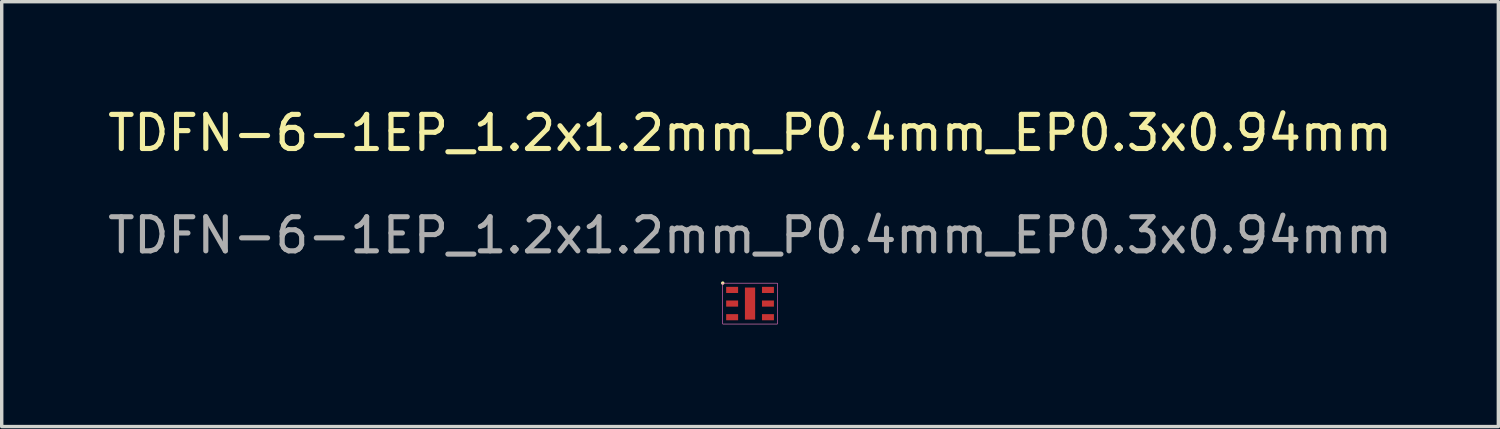
<source format=kicad_pcb>
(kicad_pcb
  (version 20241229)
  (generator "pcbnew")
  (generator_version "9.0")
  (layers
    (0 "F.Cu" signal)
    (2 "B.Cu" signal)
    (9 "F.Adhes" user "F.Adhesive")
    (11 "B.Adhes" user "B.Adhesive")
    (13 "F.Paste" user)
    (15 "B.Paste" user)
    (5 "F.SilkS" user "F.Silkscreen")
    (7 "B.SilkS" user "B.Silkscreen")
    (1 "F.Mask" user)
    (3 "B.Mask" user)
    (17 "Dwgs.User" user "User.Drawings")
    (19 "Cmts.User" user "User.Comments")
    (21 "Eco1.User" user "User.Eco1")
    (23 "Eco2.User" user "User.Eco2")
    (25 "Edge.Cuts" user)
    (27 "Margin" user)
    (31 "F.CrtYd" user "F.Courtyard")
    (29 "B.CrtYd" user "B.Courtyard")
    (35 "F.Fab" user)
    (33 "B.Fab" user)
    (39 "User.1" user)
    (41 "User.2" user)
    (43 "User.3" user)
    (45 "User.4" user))
  (footprint "TDFN-6-1EP_1.2x1.2mm_P0.4mm_EP0.3x0.94mm"
    (layer "F.Cu")
    (at 18.935 5.848)
    (property "Reference" "TDFN-6-1EP_1.2x1.2mm_P0.4mm_EP0.3x0.94mm" (at 0 -5 0) (unlocked yes) (layer "F.SilkS") (effects (font (size 1 1) (thickness 0.15))))
    (attr smd)
    (fp_rect (start -0.8 -0.6) (end 0.8 0.6) (stroke (width 0.01) (type solid)) (fill no) (layer "F.SilkS"))
    (fp_circle (center -0.8 -0.6) (end -0.8 -0.6) (stroke (width 0.1) (type solid)) (fill yes) (layer "F.SilkS"))
    (fp_rect (start -0.8 -0.6) (end 0.8 0.6) (stroke (width 0.01) (type solid)) (fill no) (layer "F.CrtYd"))
    (fp_text user "${REFERENCE}" (at 0 -2 0) (unlocked yes) (layer "F.Fab") (effects (font (size 1 1) (thickness 0.15))))
    (pad "1" smd rect (at -0.525 -0.4 90) (size 0.18 0.35) (layers "F.Cu" "F.Mask" "F.Paste"))
    (pad "2" smd rect (at -0.525 0 90) (size 0.18 0.35) (layers "F.Cu" "F.Mask" "F.Paste"))
    (pad "3" smd rect (at -0.525 0.4 90) (size 0.18 0.35) (layers "F.Cu" "F.Mask" "F.Paste"))
    (pad "3" smd rect (at 0 0 90) (size 0.94 0.3) (layers "F.Cu" "F.Mask" "F.Paste"))
    (pad "4" smd rect (at 0.525 0.4 90) (size 0.18 0.35) (layers "F.Cu" "F.Mask" "F.Paste"))
    (pad "5" smd rect (at 0.525 0 90) (size 0.18 0.35) (layers "F.Cu" "F.Mask" "F.Paste"))
    (pad "6" smd rect (at 0.525 -0.4 90) (size 0.18 0.35) (layers "F.Cu" "F.Mask" "F.Paste")))
  (gr_rect
    (start -3 -3)
    (end 40.869 9.453)
    (stroke (width 0.1) (type default))
    (fill no)
    (layer "Edge.Cuts")))
</source>
